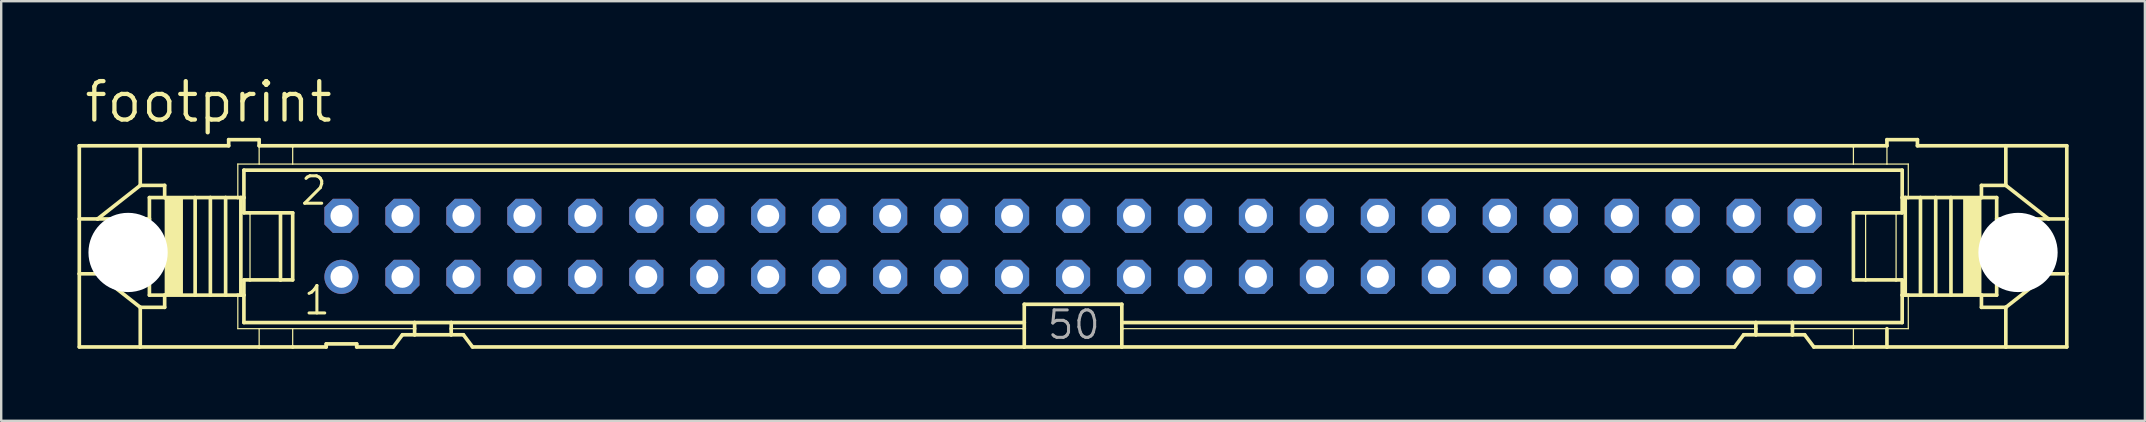
<source format=kicad_pcb>
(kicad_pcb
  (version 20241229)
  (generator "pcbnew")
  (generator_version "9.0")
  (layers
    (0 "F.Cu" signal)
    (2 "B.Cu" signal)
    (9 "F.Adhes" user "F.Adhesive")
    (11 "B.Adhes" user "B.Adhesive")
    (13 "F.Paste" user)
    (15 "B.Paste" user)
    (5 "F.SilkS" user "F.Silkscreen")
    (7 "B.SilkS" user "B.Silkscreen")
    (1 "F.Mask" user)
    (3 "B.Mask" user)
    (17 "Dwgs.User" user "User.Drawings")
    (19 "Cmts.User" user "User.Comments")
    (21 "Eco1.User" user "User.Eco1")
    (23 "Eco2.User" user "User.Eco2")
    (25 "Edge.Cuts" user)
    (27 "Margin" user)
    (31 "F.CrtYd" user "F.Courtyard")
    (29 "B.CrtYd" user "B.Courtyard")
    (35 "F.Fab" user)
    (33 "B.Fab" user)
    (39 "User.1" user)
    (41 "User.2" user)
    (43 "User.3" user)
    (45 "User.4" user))
  (footprint "footprint"
    (layer "F.Cu")
    (at 41.656 7.214)
    (property "Reference" "footprint" (at -41.275 -5.08 0) (layer "F.SilkS") (effects (font (size 1.6 1.6) (thickness 0.178)) (justify left bottom)))
    (fp_line (start -41.402 -4.191) (end -41.402 -1.143) (stroke (width 0.152) (type solid)) (layer "F.SilkS"))
    (fp_line (start -41.402 -4.191) (end -38.862 -4.191) (stroke (width 0.152) (type solid)) (layer "F.SilkS"))
    (fp_line (start -41.402 -1.143) (end -41.402 1.143) (stroke (width 0.152) (type solid)) (layer "F.SilkS"))
    (fp_line (start -41.402 -1.143) (end -40.64 -1.143) (stroke (width 0.152) (type solid)) (layer "F.SilkS"))
    (fp_line (start -41.402 1.143) (end -41.402 4.191) (stroke (width 0.152) (type solid)) (layer "F.SilkS"))
    (fp_line (start -41.402 1.143) (end -40.64 1.143) (stroke (width 0.152) (type solid)) (layer "F.SilkS"))
    (fp_line (start -40.64 -1.143) (end -38.481 -1.143) (stroke (width 0.152) (type solid)) (layer "F.SilkS"))
    (fp_line (start -40.64 1.143) (end -38.481 1.143) (stroke (width 0.152) (type solid)) (layer "F.SilkS"))
    (fp_line (start -38.862 -4.191) (end -38.862 -2.54) (stroke (width 0.152) (type solid)) (layer "F.SilkS"))
    (fp_line (start -38.862 -2.54) (end -40.64 -1.143) (stroke (width 0.152) (type solid)) (layer "F.SilkS"))
    (fp_line (start -38.862 2.54) (end -40.64 1.143) (stroke (width 0.152) (type solid)) (layer "F.SilkS"))
    (fp_line (start -38.862 2.54) (end -38.862 4.191) (stroke (width 0.152) (type solid)) (layer "F.SilkS"))
    (fp_line (start -38.862 4.191) (end -41.402 4.191) (stroke (width 0.152) (type solid)) (layer "F.SilkS"))
    (fp_line (start -38.481 -1.143) (end -38.481 -2.032) (stroke (width 0.152) (type solid)) (layer "F.SilkS"))
    (fp_line (start -38.481 1.143) (end -38.481 -1.143) (stroke (width 0.152) (type solid)) (layer "F.SilkS"))
    (fp_line (start -38.481 2.032) (end -38.481 1.143) (stroke (width 0.152) (type solid)) (layer "F.SilkS"))
    (fp_line (start -37.846 -2.54) (end -38.862 -2.54) (stroke (width 0.152) (type solid)) (layer "F.SilkS"))
    (fp_line (start -37.846 -2.54) (end -37.846 -2.032) (stroke (width 0.152) (type solid)) (layer "F.SilkS"))
    (fp_line (start -37.846 -2.032) (end -38.481 -2.032) (stroke (width 0.152) (type solid)) (layer "F.SilkS"))
    (fp_line (start -37.846 2.032) (end -38.481 2.032) (stroke (width 0.152) (type solid)) (layer "F.SilkS"))
    (fp_line (start -37.846 2.032) (end -37.846 2.54) (stroke (width 0.152) (type solid)) (layer "F.SilkS"))
    (fp_line (start -37.846 2.54) (end -38.862 2.54) (stroke (width 0.152) (type solid)) (layer "F.SilkS"))
    (fp_line (start -36.576 -2.032) (end -37.846 -2.032) (stroke (width 0.152) (type solid)) (layer "F.SilkS"))
    (fp_line (start -36.576 2.032) (end -37.846 2.032) (stroke (width 0.152) (type solid)) (layer "F.SilkS"))
    (fp_line (start -36.576 2.032) (end -36.576 -2.032) (stroke (width 0.152) (type solid)) (layer "F.SilkS"))
    (fp_line (start -35.941 -2.032) (end -36.576 -2.032) (stroke (width 0.152) (type solid)) (layer "F.SilkS"))
    (fp_line (start -35.941 2.032) (end -36.576 2.032) (stroke (width 0.152) (type solid)) (layer "F.SilkS"))
    (fp_line (start -35.941 2.032) (end -35.941 -2.032) (stroke (width 0.152) (type solid)) (layer "F.SilkS"))
    (fp_line (start -35.306 -2.032) (end -35.941 -2.032) (stroke (width 0.152) (type solid)) (layer "F.SilkS"))
    (fp_line (start -35.306 2.032) (end -35.941 2.032) (stroke (width 0.152) (type solid)) (layer "F.SilkS"))
    (fp_line (start -35.306 2.032) (end -35.306 -2.032) (stroke (width 0.152) (type solid)) (layer "F.SilkS"))
    (fp_line (start -35.179 -4.445) (end -35.179 -4.191) (stroke (width 0.152) (type solid)) (layer "F.SilkS"))
    (fp_line (start -35.179 -4.445) (end -33.909 -4.445) (stroke (width 0.152) (type solid)) (layer "F.SilkS"))
    (fp_line (start -35.179 -4.191) (end -38.862 -4.191) (stroke (width 0.152) (type solid)) (layer "F.SilkS"))
    (fp_line (start -34.798 -3.429) (end -34.798 -2.032) (stroke (width 0.051) (type solid)) (layer "F.SilkS"))
    (fp_line (start -34.798 -2.032) (end -35.306 -2.032) (stroke (width 0.152) (type solid)) (layer "F.SilkS"))
    (fp_line (start -34.798 2.032) (end -35.306 2.032) (stroke (width 0.152) (type solid)) (layer "F.SilkS"))
    (fp_line (start -34.798 3.429) (end -34.798 2.032) (stroke (width 0.051) (type solid)) (layer "F.SilkS"))
    (fp_line (start -34.671 -2.032) (end -34.798 -2.032) (stroke (width 0.152) (type solid)) (layer "F.SilkS"))
    (fp_line (start -34.671 2.032) (end -34.798 2.032) (stroke (width 0.152) (type solid)) (layer "F.SilkS"))
    (fp_line (start -34.671 2.032) (end -34.671 -2.032) (stroke (width 0.152) (type solid)) (layer "F.SilkS"))
    (fp_line (start -34.544 -3.175) (end 34.544 -3.175) (stroke (width 0.152) (type solid)) (layer "F.SilkS"))
    (fp_line (start -34.544 -2.032) (end -34.671 -2.032) (stroke (width 0.152) (type solid)) (layer "F.SilkS"))
    (fp_line (start -34.544 -2.032) (end -34.544 -3.175) (stroke (width 0.152) (type solid)) (layer "F.SilkS"))
    (fp_line (start -34.544 -1.397) (end -34.544 -2.032) (stroke (width 0.152) (type solid)) (layer "F.SilkS"))
    (fp_line (start -34.544 -1.397) (end -34.29 -1.397) (stroke (width 0.152) (type solid)) (layer "F.SilkS"))
    (fp_line (start -34.544 2.032) (end -34.671 2.032) (stroke (width 0.152) (type solid)) (layer "F.SilkS"))
    (fp_line (start -34.544 2.032) (end -34.544 1.397) (stroke (width 0.152) (type solid)) (layer "F.SilkS"))
    (fp_line (start -34.544 3.175) (end -34.544 2.032) (stroke (width 0.152) (type solid)) (layer "F.SilkS"))
    (fp_line (start -34.29 -1.397) (end -33.02 -1.397) (stroke (width 0.152) (type solid)) (layer "F.SilkS"))
    (fp_line (start -34.29 1.397) (end -34.544 1.397) (stroke (width 0.152) (type solid)) (layer "F.SilkS"))
    (fp_line (start -34.29 1.397) (end -34.29 -1.397) (stroke (width 0.051) (type solid)) (layer "F.SilkS"))
    (fp_line (start -33.909 -4.445) (end -33.909 -4.191) (stroke (width 0.152) (type solid)) (layer "F.SilkS"))
    (fp_line (start -33.909 -3.429) (end -34.798 -3.429) (stroke (width 0.051) (type solid)) (layer "F.SilkS"))
    (fp_line (start -33.909 -3.429) (end -33.909 -4.191) (stroke (width 0.051) (type solid)) (layer "F.SilkS"))
    (fp_line (start -33.909 -3.429) (end -32.512 -3.429) (stroke (width 0.051) (type solid)) (layer "F.SilkS"))
    (fp_line (start -33.909 3.429) (end -34.798 3.429) (stroke (width 0.051) (type solid)) (layer "F.SilkS"))
    (fp_line (start -33.909 4.191) (end -38.862 4.191) (stroke (width 0.152) (type solid)) (layer "F.SilkS"))
    (fp_line (start -33.909 4.191) (end -33.909 3.429) (stroke (width 0.051) (type solid)) (layer "F.SilkS"))
    (fp_line (start -33.02 -1.397) (end -32.512 -1.397) (stroke (width 0.152) (type solid)) (layer "F.SilkS"))
    (fp_line (start -33.02 1.397) (end -34.29 1.397) (stroke (width 0.152) (type solid)) (layer "F.SilkS"))
    (fp_line (start -33.02 1.397) (end -33.02 -1.397) (stroke (width 0.152) (type solid)) (layer "F.SilkS"))
    (fp_line (start -32.512 -4.191) (end -33.909 -4.191) (stroke (width 0.152) (type solid)) (layer "F.SilkS"))
    (fp_line (start -32.512 -4.191) (end 32.512 -4.191) (stroke (width 0.152) (type solid)) (layer "F.SilkS"))
    (fp_line (start -32.512 -3.429) (end -32.512 -4.191) (stroke (width 0.051) (type solid)) (layer "F.SilkS"))
    (fp_line (start -32.512 -3.429) (end 32.512 -3.429) (stroke (width 0.051) (type solid)) (layer "F.SilkS"))
    (fp_line (start -32.512 1.397) (end -33.02 1.397) (stroke (width 0.152) (type solid)) (layer "F.SilkS"))
    (fp_line (start -32.512 1.397) (end -32.512 -1.397) (stroke (width 0.152) (type solid)) (layer "F.SilkS"))
    (fp_line (start -32.512 3.429) (end -33.909 3.429) (stroke (width 0.051) (type solid)) (layer "F.SilkS"))
    (fp_line (start -32.512 4.191) (end -33.909 4.191) (stroke (width 0.152) (type solid)) (layer "F.SilkS"))
    (fp_line (start -32.512 4.191) (end -32.512 3.429) (stroke (width 0.051) (type solid)) (layer "F.SilkS"))
    (fp_line (start -31.115 4.191) (end -32.512 4.191) (stroke (width 0.152) (type solid)) (layer "F.SilkS"))
    (fp_line (start -31.115 4.191) (end -31.115 4.064) (stroke (width 0.152) (type solid)) (layer "F.SilkS"))
    (fp_line (start -29.845 4.064) (end -31.115 4.064) (stroke (width 0.152) (type solid)) (layer "F.SilkS"))
    (fp_line (start -29.845 4.064) (end -29.845 4.191) (stroke (width 0.152) (type solid)) (layer "F.SilkS"))
    (fp_line (start -28.321 4.191) (end -29.845 4.191) (stroke (width 0.152) (type solid)) (layer "F.SilkS"))
    (fp_line (start -28.321 4.191) (end -27.94 3.683) (stroke (width 0.152) (type solid)) (layer "F.SilkS"))
    (fp_line (start -27.432 3.175) (end -34.544 3.175) (stroke (width 0.152) (type solid)) (layer "F.SilkS"))
    (fp_line (start -27.432 3.175) (end -27.432 3.429) (stroke (width 0.152) (type solid)) (layer "F.SilkS"))
    (fp_line (start -27.432 3.429) (end -32.512 3.429) (stroke (width 0.051) (type solid)) (layer "F.SilkS"))
    (fp_line (start -27.432 3.429) (end -27.432 3.683) (stroke (width 0.152) (type solid)) (layer "F.SilkS"))
    (fp_line (start -27.432 3.683) (end -27.94 3.683) (stroke (width 0.152) (type solid)) (layer "F.SilkS"))
    (fp_line (start -25.908 3.175) (end -27.432 3.175) (stroke (width 0.152) (type solid)) (layer "F.SilkS"))
    (fp_line (start -25.908 3.175) (end -25.908 3.429) (stroke (width 0.152) (type solid)) (layer "F.SilkS"))
    (fp_line (start -25.908 3.429) (end -25.908 3.683) (stroke (width 0.152) (type solid)) (layer "F.SilkS"))
    (fp_line (start -25.908 3.683) (end -27.432 3.683) (stroke (width 0.152) (type solid)) (layer "F.SilkS"))
    (fp_line (start -25.4 3.683) (end -25.908 3.683) (stroke (width 0.152) (type solid)) (layer "F.SilkS"))
    (fp_line (start -25.4 3.683) (end -25.019 4.191) (stroke (width 0.152) (type solid)) (layer "F.SilkS"))
    (fp_line (start -2.032 3.175) (end -25.908 3.175) (stroke (width 0.152) (type solid)) (layer "F.SilkS"))
    (fp_line (start -2.032 3.175) (end -2.032 2.413) (stroke (width 0.152) (type solid)) (layer "F.SilkS"))
    (fp_line (start -2.032 3.175) (end -2.032 3.429) (stroke (width 0.152) (type solid)) (layer "F.SilkS"))
    (fp_line (start -2.032 3.429) (end -25.908 3.429) (stroke (width 0.051) (type solid)) (layer "F.SilkS"))
    (fp_line (start -2.032 3.429) (end -2.032 4.191) (stroke (width 0.152) (type solid)) (layer "F.SilkS"))
    (fp_line (start -2.032 4.191) (end -25.019 4.191) (stroke (width 0.152) (type solid)) (layer "F.SilkS"))
    (fp_line (start 2.032 2.413) (end -2.032 2.413) (stroke (width 0.152) (type solid)) (layer "F.SilkS"))
    (fp_line (start 2.032 2.413) (end 2.032 3.175) (stroke (width 0.152) (type solid)) (layer "F.SilkS"))
    (fp_line (start 2.032 3.175) (end 2.032 3.429) (stroke (width 0.152) (type solid)) (layer "F.SilkS"))
    (fp_line (start 2.032 3.429) (end 2.032 4.191) (stroke (width 0.152) (type solid)) (layer "F.SilkS"))
    (fp_line (start 2.032 4.191) (end -2.032 4.191) (stroke (width 0.152) (type solid)) (layer "F.SilkS"))
    (fp_line (start 27.559 4.191) (end 2.032 4.191) (stroke (width 0.152) (type solid)) (layer "F.SilkS"))
    (fp_line (start 27.559 4.191) (end 27.94 3.683) (stroke (width 0.152) (type solid)) (layer "F.SilkS"))
    (fp_line (start 28.448 3.175) (end 2.032 3.175) (stroke (width 0.152) (type solid)) (layer "F.SilkS"))
    (fp_line (start 28.448 3.175) (end 28.448 3.429) (stroke (width 0.152) (type solid)) (layer "F.SilkS"))
    (fp_line (start 28.448 3.429) (end 2.032 3.429) (stroke (width 0.051) (type solid)) (layer "F.SilkS"))
    (fp_line (start 28.448 3.429) (end 28.448 3.683) (stroke (width 0.152) (type solid)) (layer "F.SilkS"))
    (fp_line (start 28.448 3.683) (end 27.94 3.683) (stroke (width 0.152) (type solid)) (layer "F.SilkS"))
    (fp_line (start 29.972 3.175) (end 28.448 3.175) (stroke (width 0.152) (type solid)) (layer "F.SilkS"))
    (fp_line (start 29.972 3.175) (end 29.972 3.429) (stroke (width 0.152) (type solid)) (layer "F.SilkS"))
    (fp_line (start 29.972 3.429) (end 29.972 3.683) (stroke (width 0.152) (type solid)) (layer "F.SilkS"))
    (fp_line (start 29.972 3.429) (end 32.512 3.429) (stroke (width 0.051) (type solid)) (layer "F.SilkS"))
    (fp_line (start 29.972 3.683) (end 28.448 3.683) (stroke (width 0.152) (type solid)) (layer "F.SilkS"))
    (fp_line (start 30.48 3.683) (end 29.972 3.683) (stroke (width 0.152) (type solid)) (layer "F.SilkS"))
    (fp_line (start 30.48 3.683) (end 30.861 4.191) (stroke (width 0.152) (type solid)) (layer "F.SilkS"))
    (fp_line (start 32.512 -4.191) (end 32.512 -3.429) (stroke (width 0.051) (type solid)) (layer "F.SilkS"))
    (fp_line (start 32.512 -4.191) (end 33.909 -4.191) (stroke (width 0.152) (type solid)) (layer "F.SilkS"))
    (fp_line (start 32.512 -1.397) (end 32.512 1.397) (stroke (width 0.152) (type solid)) (layer "F.SilkS"))
    (fp_line (start 32.512 -1.397) (end 33.02 -1.397) (stroke (width 0.152) (type solid)) (layer "F.SilkS"))
    (fp_line (start 32.512 3.429) (end 32.512 4.191) (stroke (width 0.051) (type solid)) (layer "F.SilkS"))
    (fp_line (start 32.512 3.429) (end 33.909 3.429) (stroke (width 0.051) (type solid)) (layer "F.SilkS"))
    (fp_line (start 32.512 4.191) (end 30.861 4.191) (stroke (width 0.152) (type solid)) (layer "F.SilkS"))
    (fp_line (start 33.02 -1.397) (end 33.02 1.397) (stroke (width 0.051) (type solid)) (layer "F.SilkS"))
    (fp_line (start 33.02 -1.397) (end 34.29 -1.397) (stroke (width 0.152) (type solid)) (layer "F.SilkS"))
    (fp_line (start 33.02 1.397) (end 32.512 1.397) (stroke (width 0.152) (type solid)) (layer "F.SilkS"))
    (fp_line (start 33.909 -4.191) (end 33.909 -4.445) (stroke (width 0.152) (type solid)) (layer "F.SilkS"))
    (fp_line (start 33.909 -4.191) (end 33.909 -3.429) (stroke (width 0.051) (type solid)) (layer "F.SilkS"))
    (fp_line (start 33.909 -3.429) (end 32.512 -3.429) (stroke (width 0.051) (type solid)) (layer "F.SilkS"))
    (fp_line (start 33.909 -3.429) (end 34.798 -3.429) (stroke (width 0.051) (type solid)) (layer "F.SilkS"))
    (fp_line (start 33.909 3.429) (end 33.909 4.191) (stroke (width 0.152) (type solid)) (layer "F.SilkS"))
    (fp_line (start 33.909 3.429) (end 34.798 3.429) (stroke (width 0.051) (type solid)) (layer "F.SilkS"))
    (fp_line (start 33.909 4.191) (end 32.512 4.191) (stroke (width 0.152) (type solid)) (layer "F.SilkS"))
    (fp_line (start 34.29 -1.397) (end 34.29 1.397) (stroke (width 0.051) (type solid)) (layer "F.SilkS"))
    (fp_line (start 34.29 -1.397) (end 34.544 -1.397) (stroke (width 0.152) (type solid)) (layer "F.SilkS"))
    (fp_line (start 34.29 1.397) (end 33.02 1.397) (stroke (width 0.152) (type solid)) (layer "F.SilkS"))
    (fp_line (start 34.544 -3.175) (end 34.544 -2.032) (stroke (width 0.152) (type solid)) (layer "F.SilkS"))
    (fp_line (start 34.544 -2.032) (end 34.544 -1.397) (stroke (width 0.152) (type solid)) (layer "F.SilkS"))
    (fp_line (start 34.544 -2.032) (end 34.671 -2.032) (stroke (width 0.152) (type solid)) (layer "F.SilkS"))
    (fp_line (start 34.544 1.397) (end 34.29 1.397) (stroke (width 0.152) (type solid)) (layer "F.SilkS"))
    (fp_line (start 34.544 1.397) (end 34.544 2.032) (stroke (width 0.152) (type solid)) (layer "F.SilkS"))
    (fp_line (start 34.544 2.032) (end 34.544 3.175) (stroke (width 0.152) (type solid)) (layer "F.SilkS"))
    (fp_line (start 34.544 2.032) (end 34.671 2.032) (stroke (width 0.152) (type solid)) (layer "F.SilkS"))
    (fp_line (start 34.544 3.175) (end 29.972 3.175) (stroke (width 0.152) (type solid)) (layer "F.SilkS"))
    (fp_line (start 34.671 -2.032) (end 34.671 2.032) (stroke (width 0.152) (type solid)) (layer "F.SilkS"))
    (fp_line (start 34.671 -2.032) (end 34.798 -2.032) (stroke (width 0.152) (type solid)) (layer "F.SilkS"))
    (fp_line (start 34.671 2.032) (end 34.798 2.032) (stroke (width 0.152) (type solid)) (layer "F.SilkS"))
    (fp_line (start 34.798 -3.429) (end 34.798 -2.032) (stroke (width 0.051) (type solid)) (layer "F.SilkS"))
    (fp_line (start 34.798 -2.032) (end 35.306 -2.032) (stroke (width 0.152) (type solid)) (layer "F.SilkS"))
    (fp_line (start 34.798 2.032) (end 35.306 2.032) (stroke (width 0.152) (type solid)) (layer "F.SilkS"))
    (fp_line (start 34.798 3.429) (end 34.798 2.032) (stroke (width 0.051) (type solid)) (layer "F.SilkS"))
    (fp_line (start 35.179 -4.445) (end 33.909 -4.445) (stroke (width 0.152) (type solid)) (layer "F.SilkS"))
    (fp_line (start 35.179 -4.191) (end 35.179 -4.445) (stroke (width 0.152) (type solid)) (layer "F.SilkS"))
    (fp_line (start 35.179 -4.191) (end 38.862 -4.191) (stroke (width 0.152) (type solid)) (layer "F.SilkS"))
    (fp_line (start 35.306 -2.032) (end 35.306 2.032) (stroke (width 0.152) (type solid)) (layer "F.SilkS"))
    (fp_line (start 35.306 -2.032) (end 35.941 -2.032) (stroke (width 0.152) (type solid)) (layer "F.SilkS"))
    (fp_line (start 35.306 2.032) (end 35.941 2.032) (stroke (width 0.152) (type solid)) (layer "F.SilkS"))
    (fp_line (start 35.941 -2.032) (end 35.941 2.032) (stroke (width 0.152) (type solid)) (layer "F.SilkS"))
    (fp_line (start 35.941 -2.032) (end 36.576 -2.032) (stroke (width 0.152) (type solid)) (layer "F.SilkS"))
    (fp_line (start 35.941 2.032) (end 36.576 2.032) (stroke (width 0.152) (type solid)) (layer "F.SilkS"))
    (fp_line (start 36.576 -2.032) (end 36.576 2.032) (stroke (width 0.152) (type solid)) (layer "F.SilkS"))
    (fp_line (start 36.576 -2.032) (end 37.846 -2.032) (stroke (width 0.152) (type solid)) (layer "F.SilkS"))
    (fp_line (start 36.576 2.032) (end 37.846 2.032) (stroke (width 0.152) (type solid)) (layer "F.SilkS"))
    (fp_line (start 37.846 -2.54) (end 38.862 -2.54) (stroke (width 0.152) (type solid)) (layer "F.SilkS"))
    (fp_line (start 37.846 -2.032) (end 37.846 -2.54) (stroke (width 0.152) (type solid)) (layer "F.SilkS"))
    (fp_line (start 37.846 -2.032) (end 38.481 -2.032) (stroke (width 0.152) (type solid)) (layer "F.SilkS"))
    (fp_line (start 37.846 2.032) (end 38.481 2.032) (stroke (width 0.152) (type solid)) (layer "F.SilkS"))
    (fp_line (start 37.846 2.54) (end 37.846 2.032) (stroke (width 0.152) (type solid)) (layer "F.SilkS"))
    (fp_line (start 37.846 2.54) (end 38.862 2.54) (stroke (width 0.152) (type solid)) (layer "F.SilkS"))
    (fp_line (start 38.481 -2.032) (end 38.481 -1.143) (stroke (width 0.152) (type solid)) (layer "F.SilkS"))
    (fp_line (start 38.481 -1.143) (end 38.481 1.143) (stroke (width 0.152) (type solid)) (layer "F.SilkS"))
    (fp_line (start 38.481 1.143) (end 38.481 2.032) (stroke (width 0.152) (type solid)) (layer "F.SilkS"))
    (fp_line (start 38.862 -4.191) (end 41.402 -4.191) (stroke (width 0.152) (type solid)) (layer "F.SilkS"))
    (fp_line (start 38.862 -2.54) (end 38.862 -4.191) (stroke (width 0.152) (type solid)) (layer "F.SilkS"))
    (fp_line (start 38.862 -2.54) (end 40.64 -1.143) (stroke (width 0.152) (type solid)) (layer "F.SilkS"))
    (fp_line (start 38.862 2.54) (end 40.64 1.143) (stroke (width 0.152) (type solid)) (layer "F.SilkS"))
    (fp_line (start 38.862 4.191) (end 33.909 4.191) (stroke (width 0.152) (type solid)) (layer "F.SilkS"))
    (fp_line (start 38.862 4.191) (end 38.862 2.54) (stroke (width 0.152) (type solid)) (layer "F.SilkS"))
    (fp_line (start 40.64 -1.143) (end 38.481 -1.143) (stroke (width 0.152) (type solid)) (layer "F.SilkS"))
    (fp_line (start 40.64 1.143) (end 38.481 1.143) (stroke (width 0.152) (type solid)) (layer "F.SilkS"))
    (fp_line (start 41.402 -1.143) (end 40.64 -1.143) (stroke (width 0.152) (type solid)) (layer "F.SilkS"))
    (fp_line (start 41.402 -1.143) (end 41.402 -4.191) (stroke (width 0.152) (type solid)) (layer "F.SilkS"))
    (fp_line (start 41.402 1.143) (end 40.64 1.143) (stroke (width 0.152) (type solid)) (layer "F.SilkS"))
    (fp_line (start 41.402 1.143) (end 41.402 -1.143) (stroke (width 0.152) (type solid)) (layer "F.SilkS"))
    (fp_line (start 41.402 4.191) (end 38.862 4.191) (stroke (width 0.152) (type solid)) (layer "F.SilkS"))
    (fp_line (start 41.402 4.191) (end 41.402 1.143) (stroke (width 0.152) (type solid)) (layer "F.SilkS"))
    (fp_poly (pts (xy -37.846 2.032) (xy -37.084 2.032) (xy -37.084 -2.032) (xy -37.846 -2.032)) (stroke (width 0) (type solid)) (fill yes) (layer "F.SilkS"))
    (fp_poly (pts (xy 37.084 2.032) (xy 37.846 2.032) (xy 37.846 -2.032) (xy 37.084 -2.032)) (stroke (width 0) (type solid)) (fill yes) (layer "F.SilkS"))
    (fp_poly (pts (xy -40.64 0.381) (xy -38.862 0.381) (xy -38.862 -0.381) (xy -40.64 -0.381)) (stroke (width 0.1) (type solid)) (fill no) (layer "F.Fab"))
    (fp_poly (pts (xy -30.734 -1.016) (xy -30.226 -1.016) (xy -30.226 -1.524) (xy -30.734 -1.524)) (stroke (width 0.1) (type solid)) (fill no) (layer "F.Fab"))
    (fp_poly (pts (xy -30.734 1.524) (xy -30.226 1.524) (xy -30.226 1.016) (xy -30.734 1.016)) (stroke (width 0.1) (type solid)) (fill no) (layer "F.Fab"))
    (fp_poly (pts (xy -28.194 -1.016) (xy -27.686 -1.016) (xy -27.686 -1.524) (xy -28.194 -1.524)) (stroke (width 0.1) (type solid)) (fill no) (layer "F.Fab"))
    (fp_poly (pts (xy -28.194 1.524) (xy -27.686 1.524) (xy -27.686 1.016) (xy -28.194 1.016)) (stroke (width 0.1) (type solid)) (fill no) (layer "F.Fab"))
    (fp_poly (pts (xy -25.654 -1.016) (xy -25.146 -1.016) (xy -25.146 -1.524) (xy -25.654 -1.524)) (stroke (width 0.1) (type solid)) (fill no) (layer "F.Fab"))
    (fp_poly (pts (xy -25.654 1.524) (xy -25.146 1.524) (xy -25.146 1.016) (xy -25.654 1.016)) (stroke (width 0.1) (type solid)) (fill no) (layer "F.Fab"))
    (fp_poly (pts (xy -23.114 -1.016) (xy -22.606 -1.016) (xy -22.606 -1.524) (xy -23.114 -1.524)) (stroke (width 0.1) (type solid)) (fill no) (layer "F.Fab"))
    (fp_poly (pts (xy -23.114 1.524) (xy -22.606 1.524) (xy -22.606 1.016) (xy -23.114 1.016)) (stroke (width 0.1) (type solid)) (fill no) (layer "F.Fab"))
    (fp_poly (pts (xy -20.574 -1.016) (xy -20.066 -1.016) (xy -20.066 -1.524) (xy -20.574 -1.524)) (stroke (width 0.1) (type solid)) (fill no) (layer "F.Fab"))
    (fp_poly (pts (xy -20.574 1.524) (xy -20.066 1.524) (xy -20.066 1.016) (xy -20.574 1.016)) (stroke (width 0.1) (type solid)) (fill no) (layer "F.Fab"))
    (fp_poly (pts (xy -18.034 -1.016) (xy -17.526 -1.016) (xy -17.526 -1.524) (xy -18.034 -1.524)) (stroke (width 0.1) (type solid)) (fill no) (layer "F.Fab"))
    (fp_poly (pts (xy -18.034 1.524) (xy -17.526 1.524) (xy -17.526 1.016) (xy -18.034 1.016)) (stroke (width 0.1) (type solid)) (fill no) (layer "F.Fab"))
    (fp_poly (pts (xy -15.494 -1.016) (xy -14.986 -1.016) (xy -14.986 -1.524) (xy -15.494 -1.524)) (stroke (width 0.1) (type solid)) (fill no) (layer "F.Fab"))
    (fp_poly (pts (xy -15.494 1.524) (xy -14.986 1.524) (xy -14.986 1.016) (xy -15.494 1.016)) (stroke (width 0.1) (type solid)) (fill no) (layer "F.Fab"))
    (fp_poly (pts (xy -12.954 -1.016) (xy -12.446 -1.016) (xy -12.446 -1.524) (xy -12.954 -1.524)) (stroke (width 0.1) (type solid)) (fill no) (layer "F.Fab"))
    (fp_poly (pts (xy -12.954 1.524) (xy -12.446 1.524) (xy -12.446 1.016) (xy -12.954 1.016)) (stroke (width 0.1) (type solid)) (fill no) (layer "F.Fab"))
    (fp_poly (pts (xy -10.414 -1.016) (xy -9.906 -1.016) (xy -9.906 -1.524) (xy -10.414 -1.524)) (stroke (width 0.1) (type solid)) (fill no) (layer "F.Fab"))
    (fp_poly (pts (xy -10.414 1.524) (xy -9.906 1.524) (xy -9.906 1.016) (xy -10.414 1.016)) (stroke (width 0.1) (type solid)) (fill no) (layer "F.Fab"))
    (fp_poly (pts (xy -7.874 -1.016) (xy -7.366 -1.016) (xy -7.366 -1.524) (xy -7.874 -1.524)) (stroke (width 0.1) (type solid)) (fill no) (layer "F.Fab"))
    (fp_poly (pts (xy -7.874 1.524) (xy -7.366 1.524) (xy -7.366 1.016) (xy -7.874 1.016)) (stroke (width 0.1) (type solid)) (fill no) (layer "F.Fab"))
    (fp_poly (pts (xy -5.334 -1.016) (xy -4.826 -1.016) (xy -4.826 -1.524) (xy -5.334 -1.524)) (stroke (width 0.1) (type solid)) (fill no) (layer "F.Fab"))
    (fp_poly (pts (xy -5.334 1.524) (xy -4.826 1.524) (xy -4.826 1.016) (xy -5.334 1.016)) (stroke (width 0.1) (type solid)) (fill no) (layer "F.Fab"))
    (fp_poly (pts (xy -2.794 -1.016) (xy -2.286 -1.016) (xy -2.286 -1.524) (xy -2.794 -1.524)) (stroke (width 0.1) (type solid)) (fill no) (layer "F.Fab"))
    (fp_poly (pts (xy -2.794 1.524) (xy -2.286 1.524) (xy -2.286 1.016) (xy -2.794 1.016)) (stroke (width 0.1) (type solid)) (fill no) (layer "F.Fab"))
    (fp_poly (pts (xy -0.254 -1.016) (xy 0.254 -1.016) (xy 0.254 -1.524) (xy -0.254 -1.524)) (stroke (width 0.1) (type solid)) (fill no) (layer "F.Fab"))
    (fp_poly (pts (xy -0.254 1.524) (xy 0.254 1.524) (xy 0.254 1.016) (xy -0.254 1.016)) (stroke (width 0.1) (type solid)) (fill no) (layer "F.Fab"))
    (fp_poly (pts (xy 2.286 -1.016) (xy 2.794 -1.016) (xy 2.794 -1.524) (xy 2.286 -1.524)) (stroke (width 0.1) (type solid)) (fill no) (layer "F.Fab"))
    (fp_poly (pts (xy 2.286 1.524) (xy 2.794 1.524) (xy 2.794 1.016) (xy 2.286 1.016)) (stroke (width 0.1) (type solid)) (fill no) (layer "F.Fab"))
    (fp_poly (pts (xy 4.826 -1.016) (xy 5.334 -1.016) (xy 5.334 -1.524) (xy 4.826 -1.524)) (stroke (width 0.1) (type solid)) (fill no) (layer "F.Fab"))
    (fp_poly (pts (xy 4.826 1.524) (xy 5.334 1.524) (xy 5.334 1.016) (xy 4.826 1.016)) (stroke (width 0.1) (type solid)) (fill no) (layer "F.Fab"))
    (fp_poly (pts (xy 7.366 -1.016) (xy 7.874 -1.016) (xy 7.874 -1.524) (xy 7.366 -1.524)) (stroke (width 0.1) (type solid)) (fill no) (layer "F.Fab"))
    (fp_poly (pts (xy 7.366 1.524) (xy 7.874 1.524) (xy 7.874 1.016) (xy 7.366 1.016)) (stroke (width 0.1) (type solid)) (fill no) (layer "F.Fab"))
    (fp_poly (pts (xy 9.906 -1.016) (xy 10.414 -1.016) (xy 10.414 -1.524) (xy 9.906 -1.524)) (stroke (width 0.1) (type solid)) (fill no) (layer "F.Fab"))
    (fp_poly (pts (xy 9.906 1.524) (xy 10.414 1.524) (xy 10.414 1.016) (xy 9.906 1.016)) (stroke (width 0.1) (type solid)) (fill no) (layer "F.Fab"))
    (fp_poly (pts (xy 12.446 -1.016) (xy 12.954 -1.016) (xy 12.954 -1.524) (xy 12.446 -1.524)) (stroke (width 0.1) (type solid)) (fill no) (layer "F.Fab"))
    (fp_poly (pts (xy 12.446 1.524) (xy 12.954 1.524) (xy 12.954 1.016) (xy 12.446 1.016)) (stroke (width 0.1) (type solid)) (fill no) (layer "F.Fab"))
    (fp_poly (pts (xy 14.986 -1.016) (xy 15.494 -1.016) (xy 15.494 -1.524) (xy 14.986 -1.524)) (stroke (width 0.1) (type solid)) (fill no) (layer "F.Fab"))
    (fp_poly (pts (xy 14.986 1.524) (xy 15.494 1.524) (xy 15.494 1.016) (xy 14.986 1.016)) (stroke (width 0.1) (type solid)) (fill no) (layer "F.Fab"))
    (fp_poly (pts (xy 17.526 -1.016) (xy 18.034 -1.016) (xy 18.034 -1.524) (xy 17.526 -1.524)) (stroke (width 0.1) (type solid)) (fill no) (layer "F.Fab"))
    (fp_poly (pts (xy 17.526 1.524) (xy 18.034 1.524) (xy 18.034 1.016) (xy 17.526 1.016)) (stroke (width 0.1) (type solid)) (fill no) (layer "F.Fab"))
    (fp_poly (pts (xy 20.066 -1.016) (xy 20.574 -1.016) (xy 20.574 -1.524) (xy 20.066 -1.524)) (stroke (width 0.1) (type solid)) (fill no) (layer "F.Fab"))
    (fp_poly (pts (xy 20.066 1.524) (xy 20.574 1.524) (xy 20.574 1.016) (xy 20.066 1.016)) (stroke (width 0.1) (type solid)) (fill no) (layer "F.Fab"))
    (fp_poly (pts (xy 22.606 -1.016) (xy 23.114 -1.016) (xy 23.114 -1.524) (xy 22.606 -1.524)) (stroke (width 0.1) (type solid)) (fill no) (layer "F.Fab"))
    (fp_poly (pts (xy 22.606 1.524) (xy 23.114 1.524) (xy 23.114 1.016) (xy 22.606 1.016)) (stroke (width 0.1) (type solid)) (fill no) (layer "F.Fab"))
    (fp_poly (pts (xy 25.146 -1.016) (xy 25.654 -1.016) (xy 25.654 -1.524) (xy 25.146 -1.524)) (stroke (width 0.1) (type solid)) (fill no) (layer "F.Fab"))
    (fp_poly (pts (xy 25.146 1.524) (xy 25.654 1.524) (xy 25.654 1.016) (xy 25.146 1.016)) (stroke (width 0.1) (type solid)) (fill no) (layer "F.Fab"))
    (fp_poly (pts (xy 27.686 -1.016) (xy 28.194 -1.016) (xy 28.194 -1.524) (xy 27.686 -1.524)) (stroke (width 0.1) (type solid)) (fill no) (layer "F.Fab"))
    (fp_poly (pts (xy 27.686 1.524) (xy 28.194 1.524) (xy 28.194 1.016) (xy 27.686 1.016)) (stroke (width 0.1) (type solid)) (fill no) (layer "F.Fab"))
    (fp_poly (pts (xy 30.226 -1.016) (xy 30.734 -1.016) (xy 30.734 -1.524) (xy 30.226 -1.524)) (stroke (width 0.1) (type solid)) (fill no) (layer "F.Fab"))
    (fp_poly (pts (xy 30.226 1.524) (xy 30.734 1.524) (xy 30.734 1.016) (xy 30.226 1.016)) (stroke (width 0.1) (type solid)) (fill no) (layer "F.Fab"))
    (fp_poly (pts (xy 38.862 0.381) (xy 40.64 0.381) (xy 40.64 -0.381) (xy 38.862 -0.381)) (stroke (width 0.1) (type solid)) (fill no) (layer "F.Fab"))
    (fp_text user "1" (at -32.131 2.921 0) (layer "F.SilkS") (effects (font (size 1.143 1.143) (thickness 0.127)) (justify left bottom)))
    (fp_text user "2" (at -32.258 -1.651 0) (layer "F.SilkS") (effects (font (size 1.143 1.143) (thickness 0.127)) (justify left bottom)))
    (fp_text user "50" (at -1.143 3.937 0) (layer "F.Fab") (effects (font (size 1.143 1.143) (thickness 0.127)) (justify left bottom)))
    (pad "" np_thru_hole circle (at -39.37 0.254) (size 3.302 3.302) (drill 3.302) (layers "*.Cu" "*.Mask"))
    (pad "" np_thru_hole circle (at 39.37 0.254) (size 3.302 3.302) (drill 3.302) (layers "*.Cu" "*.Mask"))
    (pad "1" thru_hole circle (at -30.48 1.27) (size 1.422 1.422) (drill 0.914) (layers "*.Cu" "*.Mask"))
    (pad "2" thru_hole roundrect (at -30.48 -1.27) (size 1.422 1.422) (drill 0.914) (layers "*.Cu" "*.Mask") (roundrect_rratio 0.25) (chamfer_ratio 0.25) (chamfer top_left top_right bottom_left bottom_right))
    (pad "3" thru_hole roundrect (at -27.94 1.27) (size 1.422 1.422) (drill 0.914) (layers "*.Cu" "*.Mask") (roundrect_rratio 0.25) (chamfer_ratio 0.25) (chamfer top_left top_right bottom_left bottom_right))
    (pad "4" thru_hole roundrect (at -27.94 -1.27) (size 1.422 1.422) (drill 0.914) (layers "*.Cu" "*.Mask") (roundrect_rratio 0.25) (chamfer_ratio 0.25) (chamfer top_left top_right bottom_left bottom_right))
    (pad "5" thru_hole roundrect (at -25.4 1.27) (size 1.422 1.422) (drill 0.914) (layers "*.Cu" "*.Mask") (roundrect_rratio 0.25) (chamfer_ratio 0.25) (chamfer top_left top_right bottom_left bottom_right))
    (pad "6" thru_hole roundrect (at -25.4 -1.27) (size 1.422 1.422) (drill 0.914) (layers "*.Cu" "*.Mask") (roundrect_rratio 0.25) (chamfer_ratio 0.25) (chamfer top_left top_right bottom_left bottom_right))
    (pad "7" thru_hole roundrect (at -22.86 1.27) (size 1.422 1.422) (drill 0.914) (layers "*.Cu" "*.Mask") (roundrect_rratio 0.25) (chamfer_ratio 0.25) (chamfer top_left top_right bottom_left bottom_right))
    (pad "8" thru_hole roundrect (at -22.86 -1.27) (size 1.422 1.422) (drill 0.914) (layers "*.Cu" "*.Mask") (roundrect_rratio 0.25) (chamfer_ratio 0.25) (chamfer top_left top_right bottom_left bottom_right))
    (pad "9" thru_hole roundrect (at -20.32 1.27) (size 1.422 1.422) (drill 0.914) (layers "*.Cu" "*.Mask") (roundrect_rratio 0.25) (chamfer_ratio 0.25) (chamfer top_left top_right bottom_left bottom_right))
    (pad "10" thru_hole roundrect (at -20.32 -1.27) (size 1.422 1.422) (drill 0.914) (layers "*.Cu" "*.Mask") (roundrect_rratio 0.25) (chamfer_ratio 0.25) (chamfer top_left top_right bottom_left bottom_right))
    (pad "11" thru_hole roundrect (at -17.78 1.27) (size 1.422 1.422) (drill 0.914) (layers "*.Cu" "*.Mask") (roundrect_rratio 0.25) (chamfer_ratio 0.25) (chamfer top_left top_right bottom_left bottom_right))
    (pad "12" thru_hole roundrect (at -17.78 -1.27) (size 1.422 1.422) (drill 0.914) (layers "*.Cu" "*.Mask") (roundrect_rratio 0.25) (chamfer_ratio 0.25) (chamfer top_left top_right bottom_left bottom_right))
    (pad "13" thru_hole roundrect (at -15.24 1.27) (size 1.422 1.422) (drill 0.914) (layers "*.Cu" "*.Mask") (roundrect_rratio 0.25) (chamfer_ratio 0.25) (chamfer top_left top_right bottom_left bottom_right))
    (pad "14" thru_hole roundrect (at -15.24 -1.27) (size 1.422 1.422) (drill 0.914) (layers "*.Cu" "*.Mask") (roundrect_rratio 0.25) (chamfer_ratio 0.25) (chamfer top_left top_right bottom_left bottom_right))
    (pad "15" thru_hole roundrect (at -12.7 1.27) (size 1.422 1.422) (drill 0.914) (layers "*.Cu" "*.Mask") (roundrect_rratio 0.25) (chamfer_ratio 0.25) (chamfer top_left top_right bottom_left bottom_right))
    (pad "16" thru_hole roundrect (at -12.7 -1.27) (size 1.422 1.422) (drill 0.914) (layers "*.Cu" "*.Mask") (roundrect_rratio 0.25) (chamfer_ratio 0.25) (chamfer top_left top_right bottom_left bottom_right))
    (pad "17" thru_hole roundrect (at -10.16 1.27) (size 1.422 1.422) (drill 0.914) (layers "*.Cu" "*.Mask") (roundrect_rratio 0.25) (chamfer_ratio 0.25) (chamfer top_left top_right bottom_left bottom_right))
    (pad "18" thru_hole roundrect (at -10.16 -1.27) (size 1.422 1.422) (drill 0.914) (layers "*.Cu" "*.Mask") (roundrect_rratio 0.25) (chamfer_ratio 0.25) (chamfer top_left top_right bottom_left bottom_right))
    (pad "19" thru_hole roundrect (at -7.62 1.27) (size 1.422 1.422) (drill 0.914) (layers "*.Cu" "*.Mask") (roundrect_rratio 0.25) (chamfer_ratio 0.25) (chamfer top_left top_right bottom_left bottom_right))
    (pad "20" thru_hole roundrect (at -7.62 -1.27) (size 1.422 1.422) (drill 0.914) (layers "*.Cu" "*.Mask") (roundrect_rratio 0.25) (chamfer_ratio 0.25) (chamfer top_left top_right bottom_left bottom_right))
    (pad "21" thru_hole roundrect (at -5.08 1.27) (size 1.422 1.422) (drill 0.914) (layers "*.Cu" "*.Mask") (roundrect_rratio 0.25) (chamfer_ratio 0.25) (chamfer top_left top_right bottom_left bottom_right))
    (pad "22" thru_hole roundrect (at -5.08 -1.27) (size 1.422 1.422) (drill 0.914) (layers "*.Cu" "*.Mask") (roundrect_rratio 0.25) (chamfer_ratio 0.25) (chamfer top_left top_right bottom_left bottom_right))
    (pad "23" thru_hole roundrect (at -2.54 1.27) (size 1.422 1.422) (drill 0.914) (layers "*.Cu" "*.Mask") (roundrect_rratio 0.25) (chamfer_ratio 0.25) (chamfer top_left top_right bottom_left bottom_right))
    (pad "24" thru_hole roundrect (at -2.54 -1.27) (size 1.422 1.422) (drill 0.914) (layers "*.Cu" "*.Mask") (roundrect_rratio 0.25) (chamfer_ratio 0.25) (chamfer top_left top_right bottom_left bottom_right))
    (pad "25" thru_hole roundrect (at 0 1.27) (size 1.422 1.422) (drill 0.914) (layers "*.Cu" "*.Mask") (roundrect_rratio 0.25) (chamfer_ratio 0.25) (chamfer top_left top_right bottom_left bottom_right))
    (pad "26" thru_hole roundrect (at 0 -1.27) (size 1.422 1.422) (drill 0.914) (layers "*.Cu" "*.Mask") (roundrect_rratio 0.25) (chamfer_ratio 0.25) (chamfer top_left top_right bottom_left bottom_right))
    (pad "27" thru_hole roundrect (at 2.54 1.27) (size 1.422 1.422) (drill 0.914) (layers "*.Cu" "*.Mask") (roundrect_rratio 0.25) (chamfer_ratio 0.25) (chamfer top_left top_right bottom_left bottom_right))
    (pad "28" thru_hole roundrect (at 2.54 -1.27) (size 1.422 1.422) (drill 0.914) (layers "*.Cu" "*.Mask") (roundrect_rratio 0.25) (chamfer_ratio 0.25) (chamfer top_left top_right bottom_left bottom_right))
    (pad "29" thru_hole roundrect (at 5.08 1.27) (size 1.422 1.422) (drill 0.914) (layers "*.Cu" "*.Mask") (roundrect_rratio 0.25) (chamfer_ratio 0.25) (chamfer top_left top_right bottom_left bottom_right))
    (pad "30" thru_hole roundrect (at 5.08 -1.27) (size 1.422 1.422) (drill 0.914) (layers "*.Cu" "*.Mask") (roundrect_rratio 0.25) (chamfer_ratio 0.25) (chamfer top_left top_right bottom_left bottom_right))
    (pad "31" thru_hole roundrect (at 7.62 1.27) (size 1.422 1.422) (drill 0.914) (layers "*.Cu" "*.Mask") (roundrect_rratio 0.25) (chamfer_ratio 0.25) (chamfer top_left top_right bottom_left bottom_right))
    (pad "32" thru_hole roundrect (at 7.62 -1.27) (size 1.422 1.422) (drill 0.914) (layers "*.Cu" "*.Mask") (roundrect_rratio 0.25) (chamfer_ratio 0.25) (chamfer top_left top_right bottom_left bottom_right))
    (pad "33" thru_hole roundrect (at 10.16 1.27) (size 1.422 1.422) (drill 0.914) (layers "*.Cu" "*.Mask") (roundrect_rratio 0.25) (chamfer_ratio 0.25) (chamfer top_left top_right bottom_left bottom_right))
    (pad "34" thru_hole roundrect (at 10.16 -1.27) (size 1.422 1.422) (drill 0.914) (layers "*.Cu" "*.Mask") (roundrect_rratio 0.25) (chamfer_ratio 0.25) (chamfer top_left top_right bottom_left bottom_right))
    (pad "35" thru_hole roundrect (at 12.7 1.27) (size 1.422 1.422) (drill 0.914) (layers "*.Cu" "*.Mask") (roundrect_rratio 0.25) (chamfer_ratio 0.25) (chamfer top_left top_right bottom_left bottom_right))
    (pad "36" thru_hole roundrect (at 12.7 -1.27) (size 1.422 1.422) (drill 0.914) (layers "*.Cu" "*.Mask") (roundrect_rratio 0.25) (chamfer_ratio 0.25) (chamfer top_left top_right bottom_left bottom_right))
    (pad "37" thru_hole roundrect (at 15.24 1.27) (size 1.422 1.422) (drill 0.914) (layers "*.Cu" "*.Mask") (roundrect_rratio 0.25) (chamfer_ratio 0.25) (chamfer top_left top_right bottom_left bottom_right))
    (pad "38" thru_hole roundrect (at 15.24 -1.27) (size 1.422 1.422) (drill 0.914) (layers "*.Cu" "*.Mask") (roundrect_rratio 0.25) (chamfer_ratio 0.25) (chamfer top_left top_right bottom_left bottom_right))
    (pad "39" thru_hole roundrect (at 17.78 1.27) (size 1.422 1.422) (drill 0.914) (layers "*.Cu" "*.Mask") (roundrect_rratio 0.25) (chamfer_ratio 0.25) (chamfer top_left top_right bottom_left bottom_right))
    (pad "40" thru_hole roundrect (at 17.78 -1.27) (size 1.422 1.422) (drill 0.914) (layers "*.Cu" "*.Mask") (roundrect_rratio 0.25) (chamfer_ratio 0.25) (chamfer top_left top_right bottom_left bottom_right))
    (pad "41" thru_hole roundrect (at 20.32 1.27) (size 1.422 1.422) (drill 0.914) (layers "*.Cu" "*.Mask") (roundrect_rratio 0.25) (chamfer_ratio 0.25) (chamfer top_left top_right bottom_left bottom_right))
    (pad "42" thru_hole roundrect (at 20.32 -1.27) (size 1.422 1.422) (drill 0.914) (layers "*.Cu" "*.Mask") (roundrect_rratio 0.25) (chamfer_ratio 0.25) (chamfer top_left top_right bottom_left bottom_right))
    (pad "43" thru_hole roundrect (at 22.86 1.27) (size 1.422 1.422) (drill 0.914) (layers "*.Cu" "*.Mask") (roundrect_rratio 0.25) (chamfer_ratio 0.25) (chamfer top_left top_right bottom_left bottom_right))
    (pad "44" thru_hole roundrect (at 22.86 -1.27) (size 1.422 1.422) (drill 0.914) (layers "*.Cu" "*.Mask") (roundrect_rratio 0.25) (chamfer_ratio 0.25) (chamfer top_left top_right bottom_left bottom_right))
    (pad "45" thru_hole roundrect (at 25.4 1.27) (size 1.422 1.422) (drill 0.914) (layers "*.Cu" "*.Mask") (roundrect_rratio 0.25) (chamfer_ratio 0.25) (chamfer top_left top_right bottom_left bottom_right))
    (pad "46" thru_hole roundrect (at 25.4 -1.27) (size 1.422 1.422) (drill 0.914) (layers "*.Cu" "*.Mask") (roundrect_rratio 0.25) (chamfer_ratio 0.25) (chamfer top_left top_right bottom_left bottom_right))
    (pad "47" thru_hole roundrect (at 27.94 1.27) (size 1.422 1.422) (drill 0.914) (layers "*.Cu" "*.Mask") (roundrect_rratio 0.25) (chamfer_ratio 0.25) (chamfer top_left top_right bottom_left bottom_right))
    (pad "48" thru_hole roundrect (at 27.94 -1.27) (size 1.422 1.422) (drill 0.914) (layers "*.Cu" "*.Mask") (roundrect_rratio 0.25) (chamfer_ratio 0.25) (chamfer top_left top_right bottom_left bottom_right))
    (pad "49" thru_hole roundrect (at 30.48 1.27) (size 1.422 1.422) (drill 0.914) (layers "*.Cu" "*.Mask") (roundrect_rratio 0.25) (chamfer_ratio 0.25) (chamfer top_left top_right bottom_left bottom_right))
    (pad "50" thru_hole roundrect (at 30.48 -1.27) (size 1.422 1.422) (drill 0.914) (layers "*.Cu" "*.Mask") (roundrect_rratio 0.25) (chamfer_ratio 0.25) (chamfer top_left top_right bottom_left bottom_right))
    (zone (net_name "") (layers "F.Cu" "B.Cu") (hatch edge 0.508) (connect_pads) (min_thickness 0.254) (filled_areas_thickness no) (keepout (tracks allowed) (vias not_allowed) (pads allowed) (copperpour allowed) (footprints allowed)) (placement (enabled no)) (fill) (polygon (pts (xy 4.572 7.468) (xy 4.537 7.071) (xy 4.434 6.686) (xy 4.266 6.325) (xy 4.037 5.998) (xy 3.755 5.716) (xy 3.429 5.488) (xy 3.068 5.319) (xy 2.683 5.216) (xy 2.286 5.182) (xy 1.889 5.216) (xy 1.504 5.319) (xy 1.143 5.488) (xy 0.817 5.716) (xy 0.535 5.998) (xy 0.306 6.325) (xy 0.138 6.686) (xy 0.035 7.071) (xy 0 7.468) (xy 0.035 7.865) (xy 0.138 8.249) (xy 0.306 8.611) (xy 0.535 8.937) (xy 0.817 9.219) (xy 1.143 9.447) (xy 1.504 9.616) (xy 1.889 9.719) (xy 2.286 9.754) (xy 2.683 9.719) (xy 3.068 9.616) (xy 3.429 9.447) (xy 3.755 9.219) (xy 4.037 8.937) (xy 4.266 8.611) (xy 4.434 8.249) (xy 4.537 7.865))))
    (zone (net_name "") (layers "F.Cu" "B.Cu") (hatch edge 0.508) (connect_pads) (min_thickness 0.254) (filled_areas_thickness no) (keepout (tracks allowed) (vias not_allowed) (pads allowed) (copperpour allowed) (footprints allowed)) (placement (enabled no)) (fill) (polygon (pts (xy 83.312 7.468) (xy 83.277 7.071) (xy 83.174 6.686) (xy 83.006 6.325) (xy 82.777 5.998) (xy 82.495 5.716) (xy 82.169 5.488) (xy 81.808 5.319) (xy 81.423 5.216) (xy 81.026 5.182) (xy 80.629 5.216) (xy 80.244 5.319) (xy 79.883 5.488) (xy 79.557 5.716) (xy 79.275 5.998) (xy 79.046 6.325) (xy 78.878 6.686) (xy 78.775 7.071) (xy 78.74 7.468) (xy 78.775 7.865) (xy 78.878 8.249) (xy 79.046 8.611) (xy 79.275 8.937) (xy 79.557 9.219) (xy 79.883 9.447) (xy 80.244 9.616) (xy 80.629 9.719) (xy 81.026 9.754) (xy 81.423 9.719) (xy 81.808 9.616) (xy 82.169 9.447) (xy 82.495 9.219) (xy 82.777 8.937) (xy 83.006 8.611) (xy 83.174 8.249) (xy 83.277 7.865))))
    (zone (net_name "") (layer "B.Cu") (hatch edge 0.508) (connect_pads) (min_thickness 0.254) (filled_areas_thickness no) (keepout (tracks not_allowed) (vias not_allowed) (pads not_allowed) (copperpour not_allowed) (footprints allowed)) (placement (enabled no)) (fill) (polygon (pts (xy 4.572 7.468) (xy 4.537 7.071) (xy 4.434 6.686) (xy 4.266 6.325) (xy 4.037 5.998) (xy 3.755 5.716) (xy 3.429 5.488) (xy 3.068 5.319) (xy 2.683 5.216) (xy 2.286 5.182) (xy 1.889 5.216) (xy 1.504 5.319) (xy 1.143 5.488) (xy 0.817 5.716) (xy 0.535 5.998) (xy 0.306 6.325) (xy 0.138 6.686) (xy 0.035 7.071) (xy 0 7.468) (xy 0.035 7.865) (xy 0.138 8.249) (xy 0.306 8.611) (xy 0.535 8.937) (xy 0.817 9.219) (xy 1.143 9.447) (xy 1.504 9.616) (xy 1.889 9.719) (xy 2.286 9.754) (xy 2.683 9.719) (xy 3.068 9.616) (xy 3.429 9.447) (xy 3.755 9.219) (xy 4.037 8.937) (xy 4.266 8.611) (xy 4.434 8.249) (xy 4.537 7.865))))
    (zone (net_name "") (layer "B.Cu") (hatch edge 0.508) (connect_pads) (min_thickness 0.254) (filled_areas_thickness no) (keepout (tracks not_allowed) (vias not_allowed) (pads not_allowed) (copperpour not_allowed) (footprints allowed)) (placement (enabled no)) (fill) (polygon (pts (xy 83.312 7.468) (xy 83.277 7.071) (xy 83.174 6.686) (xy 83.006 6.325) (xy 82.777 5.998) (xy 82.495 5.716) (xy 82.169 5.488) (xy 81.808 5.319) (xy 81.423 5.216) (xy 81.026 5.182) (xy 80.629 5.216) (xy 80.244 5.319) (xy 79.883 5.488) (xy 79.557 5.716) (xy 79.275 5.998) (xy 79.046 6.325) (xy 78.878 6.686) (xy 78.775 7.071) (xy 78.74 7.468) (xy 78.775 7.865) (xy 78.878 8.249) (xy 79.046 8.611) (xy 79.275 8.937) (xy 79.557 9.219) (xy 79.883 9.447) (xy 80.244 9.616) (xy 80.629 9.719) (xy 81.026 9.754) (xy 81.423 9.719) (xy 81.808 9.616) (xy 82.169 9.447) (xy 82.495 9.219) (xy 82.777 8.937) (xy 83.006 8.611) (xy 83.174 8.249) (xy 83.277 7.865)))))
  (gr_rect
    (start -3 -3)
    (end 86.312 14.481)
    (stroke (width 0.1) (type default))
    (fill no)
    (layer "Edge.Cuts")))
</source>
